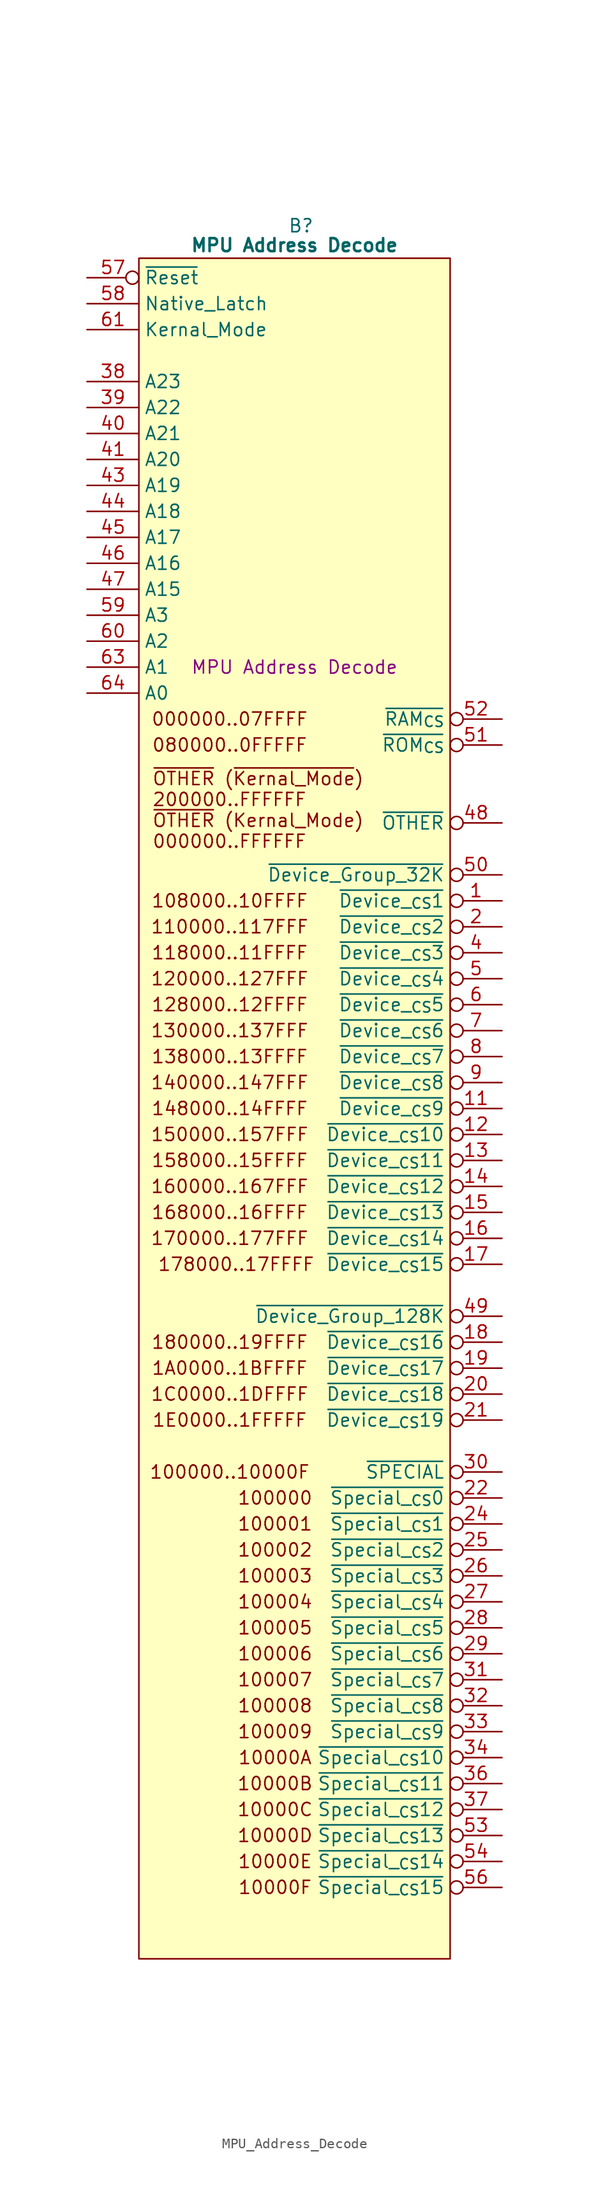
<source format=kicad_sym>
(kicad_symbol_lib
  (version 20220914)
  (generator kicad_symbol_editor)
  (symbol "MPU_Address_Decode"
    (property "Reference" "B"
      (at 15.875 5.08 0)
      (effects (font (size 1.27 1.27))))
    (property "Value" "MPU Address Decode"
      (at 15.24 3.175 0)
      (effects (font (size 1.27 1.27) bold)))
    (property "Description" "MPU Address Decode"
      (at 15.24 -38.1 0)
      (effects (font (size 1.27 1.27))))
    (symbol "MPU_Address_Decode_0_1"
      (polyline (pts (xy 0 1.905) (xy 30.48 1.905) (xy 30.48 -164.465) (xy 0 -164.465) (xy 0 1.905)) (stroke (width 0.152) (type default)) (fill (type background))))
    (symbol "MPU_Address_Decode_1_0"
      (pin output inverted (at 35.56 -139.7 180) (length 5.08) (name "~{Special__{CS}8}" (effects (font (size 1.27 1.27)))) (number "32" (effects (font (size 1.27 1.27)))))
      (pin output inverted (at 35.56 -142.24 180) (length 5.08) (name "~{Special__{CS}9}" (effects (font (size 1.27 1.27)))) (number "33" (effects (font (size 1.27 1.27)))))
      (pin output inverted (at 35.56 -144.78 180) (length 5.08) (name "~{Special__{CS}10}" (effects (font (size 1.27 1.27)))) (number "34" (effects (font (size 1.27 1.27)))))
      (pin output inverted (at 35.56 -147.32 180) (length 5.08) (name "~{Special__{CS}11}" (effects (font (size 1.27 1.27)))) (number "36" (effects (font (size 1.27 1.27)))))
      (pin output inverted (at 35.56 -149.86 180) (length 5.08) (name "~{Special__{CS}12}" (effects (font (size 1.27 1.27)))) (number "37" (effects (font (size 1.27 1.27)))))
      (pin input line (at -5.08 -10.16 0) (length 5.08) (name "A23" (effects (font (size 1.27 1.27)))) (number "38" (effects (font (size 1.27 1.27)))))
      (pin input line (at -5.08 -12.7 0) (length 5.08) (name "A22" (effects (font (size 1.27 1.27)))) (number "39" (effects (font (size 1.27 1.27)))))
      (pin input line (at -5.08 -25.4 0) (length 5.08) (name "A17" (effects (font (size 1.27 1.27)))) (number "45" (effects (font (size 1.27 1.27)))))
      (pin output inverted (at 35.56 -154.94 180) (length 5.08) (name "~{Special__{CS}14}" (effects (font (size 1.27 1.27)))) (number "54" (effects (font (size 1.27 1.27)))))
      (pin output inverted (at 35.56 -157.48 180) (length 5.08) (name "~{Special__{CS}15}" (effects (font (size 1.27 1.27)))) (number "56" (effects (font (size 1.27 1.27)))))
      (pin input inverted (at -5.08 0 0) (length 5.08) (name "~{Reset}" (effects (font (size 1.27 1.27)))) (number "57" (effects (font (size 1.27 1.27)))))
      (pin input line (at -5.08 -2.54 0) (length 5.08) (name "Native_Latch" (effects (font (size 1.27 1.27)))) (number "58" (effects (font (size 1.27 1.27)))))
      (pin input line (at -5.08 -33.02 0) (length 5.08) (name "A3" (effects (font (size 1.27 1.27)))) (number "59" (effects (font (size 1.27 1.27)))))
      (pin input line (at -5.08 -35.56 0) (length 5.08) (name "A2" (effects (font (size 1.27 1.27)))) (number "60" (effects (font (size 1.27 1.27)))))
      (pin input line (at -5.08 -5.08 0) (length 5.08) (name "Kernal_Mode" (effects (font (size 1.27 1.27)))) (number "61" (effects (font (size 1.27 1.27))))))
    (symbol "MPU_Address_Decode_1_1"
      (text "000000..07FFFF" (at 8.89 -43.18 0) (effects (font (size 1.27 1.27))))
      (text "080000..0FFFFF" (at 8.89 -45.72 0) (effects (font (size 1.27 1.27))))
      (text "100000" (at 13.335 -119.38 0) (effects (font (size 1.27 1.27))))
      (text "100000..10000F" (at 8.89 -116.84 0) (effects (font (size 1.27 1.27))))
      (text "100001" (at 13.335 -121.92 0) (effects (font (size 1.27 1.27))))
      (text "100002" (at 13.335 -124.46 0) (effects (font (size 1.27 1.27))))
      (text "100003" (at 13.335 -127 0) (effects (font (size 1.27 1.27))))
      (text "100004" (at 13.335 -129.54 0) (effects (font (size 1.27 1.27))))
      (text "100005" (at 13.335 -132.08 0) (effects (font (size 1.27 1.27))))
      (text "100006" (at 13.335 -134.62 0) (effects (font (size 1.27 1.27))))
      (text "100007" (at 13.335 -137.16 0) (effects (font (size 1.27 1.27))))
      (text "100008" (at 13.335 -139.7 0) (effects (font (size 1.27 1.27))))
      (text "100009" (at 13.335 -142.24 0) (effects (font (size 1.27 1.27))))
      (text "10000A" (at 13.335 -144.78 0) (effects (font (size 1.27 1.27))))
      (text "10000B" (at 13.335 -147.32 0) (effects (font (size 1.27 1.27))))
      (text "10000C" (at 13.335 -149.86 0) (effects (font (size 1.27 1.27))))
      (text "10000D" (at 13.335 -152.4 0) (effects (font (size 1.27 1.27))))
      (text "10000E" (at 13.335 -154.94 0) (effects (font (size 1.27 1.27))))
      (text "10000F" (at 13.335 -157.48 0) (effects (font (size 1.27 1.27))))
      (text "108000..10FFFF" (at 8.89 -60.96 0) (effects (font (size 1.27 1.27))))
      (text "110000..117FFF" (at 8.89 -63.5 0) (effects (font (size 1.27 1.27))))
      (text "118000..11FFFF" (at 8.89 -66.04 0) (effects (font (size 1.27 1.27))))
      (text "120000..127FFF" (at 8.89 -68.58 0) (effects (font (size 1.27 1.27))))
      (text "128000..12FFFF" (at 8.89 -71.12 0) (effects (font (size 1.27 1.27))))
      (text "130000..137FFF" (at 8.89 -73.66 0) (effects (font (size 1.27 1.27))))
      (text "138000..13FFFF" (at 8.89 -76.2 0) (effects (font (size 1.27 1.27))))
      (text "140000..147FFF" (at 8.89 -78.74 0) (effects (font (size 1.27 1.27))))
      (text "148000..14FFFF" (at 8.89 -81.28 0) (effects (font (size 1.27 1.27))))
      (text "150000..157FFF" (at 8.89 -83.82 0) (effects (font (size 1.27 1.27))))
      (text "158000..15FFFF" (at 8.89 -86.36 0) (effects (font (size 1.27 1.27))))
      (text "160000..167FFF" (at 8.89 -88.9 0) (effects (font (size 1.27 1.27))))
      (text "168000..16FFFF" (at 8.89 -91.44 0) (effects (font (size 1.27 1.27))))
      (text "170000..177FFF" (at 8.89 -93.98 0) (effects (font (size 1.27 1.27))))
      (text "178000..17FFFF" (at 9.525 -96.52 0) (effects (font (size 1.27 1.27))))
      (text "180000..19FFFF" (at 8.89 -104.14 0) (effects (font (size 1.27 1.27))))
      (text "1A0000..1BFFFF" (at 8.89 -106.68 0) (effects (font (size 1.27 1.27))))
      (text "1C0000..1DFFFF" (at 8.89 -109.22 0) (effects (font (size 1.27 1.27))))
      (text "1E0000..1FFFFF" (at 8.89 -111.76 0) (effects (font (size 1.27 1.27))))
      (text "~{OTHER} (~{Kernal_Mode})\n200000..FFFFFF\n~{OTHER} (Kernal_Mode)\n000000..FFFFFF" (at 1.27 -52.07 0) (effects (font (size 1.27 1.27)) (justify left)))
      (pin output inverted (at 35.56 -60.96 180) (length 5.08) (name "~{Device__{CS}1}" (effects (font (size 1.27 1.27)))) (number "1" (effects (font (size 1.27 1.27)))))
      (pin passive line (at 35.56 0 180) (length 5.08) hide (name "GND" (effects (font (size 1.27 1.27)))) (number "10" (effects (font (size 1.27 1.27)))))
      (pin output inverted (at 35.56 -81.28 180) (length 5.08) (name "~{Device__{CS}9}" (effects (font (size 1.27 1.27)))) (number "11" (effects (font (size 1.27 1.27)))))
      (pin output inverted (at 35.56 -83.82 180) (length 5.08) (name "~{Device__{CS}10}" (effects (font (size 1.27 1.27)))) (number "12" (effects (font (size 1.27 1.27)))))
      (pin output inverted (at 35.56 -86.36 180) (length 5.08) (name "~{Device__{CS}11}" (effects (font (size 1.27 1.27)))) (number "13" (effects (font (size 1.27 1.27)))))
      (pin output inverted (at 35.56 -88.9 180) (length 5.08) (name "~{Device__{CS}12}" (effects (font (size 1.27 1.27)))) (number "14" (effects (font (size 1.27 1.27)))))
      (pin output inverted (at 35.56 -91.44 180) (length 5.08) (name "~{Device__{CS}13}" (effects (font (size 1.27 1.27)))) (number "15" (effects (font (size 1.27 1.27)))))
      (pin output inverted (at 35.56 -93.98 180) (length 5.08) (name "~{Device__{CS}14}" (effects (font (size 1.27 1.27)))) (number "16" (effects (font (size 1.27 1.27)))))
      (pin output inverted (at 35.56 -96.52 180) (length 5.08) (name "~{Device__{CS}15}" (effects (font (size 1.27 1.27)))) (number "17" (effects (font (size 1.27 1.27)))))
      (pin output inverted (at 35.56 -104.14 180) (length 5.08) (name "~{Device__{CS}16}" (effects (font (size 1.27 1.27)))) (number "18" (effects (font (size 1.27 1.27)))))
      (pin output inverted (at 35.56 -106.68 180) (length 5.08) (name "~{Device__{CS}17}" (effects (font (size 1.27 1.27)))) (number "19" (effects (font (size 1.27 1.27)))))
      (pin output inverted (at 35.56 -63.5 180) (length 5.08) (name "~{Device__{CS}2}" (effects (font (size 1.27 1.27)))) (number "2" (effects (font (size 1.27 1.27)))))
      (pin output inverted (at 35.56 -109.22 180) (length 5.08) (name "~{Device__{CS}18}" (effects (font (size 1.27 1.27)))) (number "20" (effects (font (size 1.27 1.27)))))
      (pin output inverted (at 35.56 -111.76 180) (length 5.08) (name "~{Device__{CS}19}" (effects (font (size 1.27 1.27)))) (number "21" (effects (font (size 1.27 1.27)))))
      (pin output inverted (at 35.56 -119.38 180) (length 5.08) (name "~{Special__{CS}0}" (effects (font (size 1.27 1.27)))) (number "22" (effects (font (size 1.27 1.27)))))
      (pin passive line (at 35.56 -2.54 180) (length 5.08) hide (name "GND" (effects (font (size 1.27 1.27)))) (number "23" (effects (font (size 1.27 1.27)))))
      (pin output inverted (at 35.56 -121.92 180) (length 5.08) (name "~{Special__{CS}1}" (effects (font (size 1.27 1.27)))) (number "24" (effects (font (size 1.27 1.27)))))
      (pin output inverted (at 35.56 -124.46 180) (length 5.08) (name "~{Special__{CS}2}" (effects (font (size 1.27 1.27)))) (number "25" (effects (font (size 1.27 1.27)))))
      (pin output inverted (at 35.56 -127 180) (length 5.08) (name "~{Special__{CS}3}" (effects (font (size 1.27 1.27)))) (number "26" (effects (font (size 1.27 1.27)))))
      (pin output inverted (at 35.56 -129.54 180) (length 5.08) (name "~{Special__{CS}4}" (effects (font (size 1.27 1.27)))) (number "27" (effects (font (size 1.27 1.27)))))
      (pin output inverted (at 35.56 -132.08 180) (length 5.08) (name "~{Special__{CS}5}" (effects (font (size 1.27 1.27)))) (number "28" (effects (font (size 1.27 1.27)))))
      (pin output inverted (at 35.56 -134.62 180) (length 5.08) (name "~{Special__{CS}6}" (effects (font (size 1.27 1.27)))) (number "29" (effects (font (size 1.27 1.27)))))
      (pin passive line (at -5.08 -160.02 0) (length 5.08) hide (name "5V" (effects (font (size 1.27 1.27)))) (number "3" (effects (font (size 1.27 1.27)))))
      (pin output inverted (at 35.56 -116.84 180) (length 5.08) (name "~{SPECIAL}" (effects (font (size 1.27 1.27)))) (number "30" (effects (font (size 1.27 1.27)))))
      (pin output inverted (at 35.56 -137.16 180) (length 5.08) (name "~{Special__{CS}7}" (effects (font (size 1.27 1.27)))) (number "31" (effects (font (size 1.27 1.27)))))
      (pin passive line (at -5.08 -162.56 0) (length 5.08) hide (name "5V" (effects (font (size 1.27 1.27)))) (number "35" (effects (font (size 1.27 1.27)))))
      (pin output inverted (at 35.56 -66.04 180) (length 5.08) (name "~{Device__{CS}3}" (effects (font (size 1.27 1.27)))) (number "4" (effects (font (size 1.27 1.27)))))
      (pin input line (at -5.08 -15.24 0) (length 5.08) (name "A21" (effects (font (size 1.27 1.27)))) (number "40" (effects (font (size 1.27 1.27)))))
      (pin input line (at -5.08 -17.78 0) (length 5.08) (name "A20" (effects (font (size 1.27 1.27)))) (number "41" (effects (font (size 1.27 1.27)))))
      (pin passive line (at 35.56 -5.08 180) (length 5.08) hide (name "GND" (effects (font (size 1.27 1.27)))) (number "42" (effects (font (size 1.27 1.27)))))
      (pin input line (at -5.08 -20.32 0) (length 5.08) (name "A19" (effects (font (size 1.27 1.27)))) (number "43" (effects (font (size 1.27 1.27)))))
      (pin input line (at -5.08 -22.86 0) (length 5.08) (name "A18" (effects (font (size 1.27 1.27)))) (number "44" (effects (font (size 1.27 1.27)))))
      (pin input line (at -5.08 -27.94 0) (length 5.08) (name "A16" (effects (font (size 1.27 1.27)))) (number "46" (effects (font (size 1.27 1.27)))))
      (pin input line (at -5.08 -30.48 0) (length 5.08) (name "A15" (effects (font (size 1.27 1.27)))) (number "47" (effects (font (size 1.27 1.27)))))
      (pin output inverted (at 35.56 -53.34 180) (length 5.08) (name "~{OTHER}" (effects (font (size 1.27 1.27)))) (number "48" (effects (font (size 1.27 1.27)))))
      (pin output inverted (at 35.56 -101.6 180) (length 5.08) (name "~{Device_Group_128K}" (effects (font (size 1.27 1.27)))) (number "49" (effects (font (size 1.27 1.27)))))
      (pin output inverted (at 35.56 -68.58 180) (length 5.08) (name "~{Device__{CS}4}" (effects (font (size 1.27 1.27)))) (number "5" (effects (font (size 1.27 1.27)))))
      (pin output inverted (at 35.56 -58.42 180) (length 5.08) (name "~{Device_Group_32K}" (effects (font (size 1.27 1.27)))) (number "50" (effects (font (size 1.27 1.27)))))
      (pin output inverted (at 35.56 -45.72 180) (length 5.08) (name "~{ROM_{CS}}" (effects (font (size 1.27 1.27)))) (number "51" (effects (font (size 1.27 1.27)))))
      (pin output inverted (at 35.56 -43.18 180) (length 5.08) (name "~{RAM_{CS}}" (effects (font (size 1.27 1.27)))) (number "52" (effects (font (size 1.27 1.27)))))
      (pin output inverted (at 35.56 -152.4 180) (length 5.08) (name "~{Special__{CS}13}" (effects (font (size 1.27 1.27)))) (number "53" (effects (font (size 1.27 1.27)))))
      (pin passive line (at 35.56 -7.62 180) (length 5.08) hide (name "GND" (effects (font (size 1.27 1.27)))) (number "55" (effects (font (size 1.27 1.27)))))
      (pin output inverted (at 35.56 -71.12 180) (length 5.08) (name "~{Device__{CS}5}" (effects (font (size 1.27 1.27)))) (number "6" (effects (font (size 1.27 1.27)))))
      (pin no_connect line (at 35.56 -10.16 180) (length 5.08) hide (name "N.C." (effects (font (size 1.27 1.27)))) (number "62" (effects (font (size 1.27 1.27)))))
      (pin input line (at -5.08 -38.1 0) (length 5.08) (name "A1" (effects (font (size 1.27 1.27)))) (number "63" (effects (font (size 1.27 1.27)))))
      (pin input line (at -5.08 -40.64 0) (length 5.08) (name "A0" (effects (font (size 1.27 1.27)))) (number "64" (effects (font (size 1.27 1.27)))))
      (pin output inverted (at 35.56 -73.66 180) (length 5.08) (name "~{Device__{CS}6}" (effects (font (size 1.27 1.27)))) (number "7" (effects (font (size 1.27 1.27)))))
      (pin output inverted (at 35.56 -76.2 180) (length 5.08) (name "~{Device__{CS}7}" (effects (font (size 1.27 1.27)))) (number "8" (effects (font (size 1.27 1.27)))))
      (pin output inverted (at 35.56 -78.74 180) (length 5.08) (name "~{Device__{CS}8}" (effects (font (size 1.27 1.27)))) (number "9" (effects (font (size 1.27 1.27))))))))
</source>
